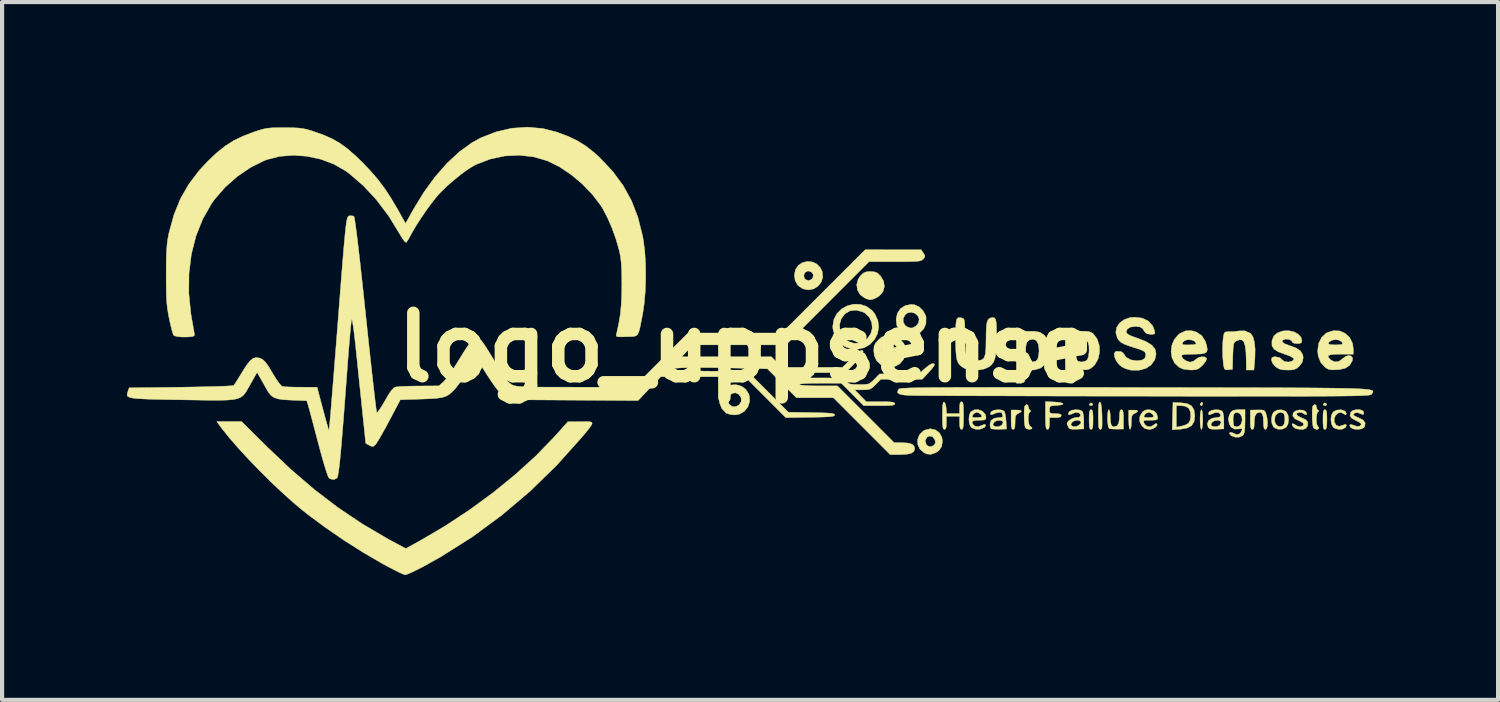
<source format=kicad_pcb>
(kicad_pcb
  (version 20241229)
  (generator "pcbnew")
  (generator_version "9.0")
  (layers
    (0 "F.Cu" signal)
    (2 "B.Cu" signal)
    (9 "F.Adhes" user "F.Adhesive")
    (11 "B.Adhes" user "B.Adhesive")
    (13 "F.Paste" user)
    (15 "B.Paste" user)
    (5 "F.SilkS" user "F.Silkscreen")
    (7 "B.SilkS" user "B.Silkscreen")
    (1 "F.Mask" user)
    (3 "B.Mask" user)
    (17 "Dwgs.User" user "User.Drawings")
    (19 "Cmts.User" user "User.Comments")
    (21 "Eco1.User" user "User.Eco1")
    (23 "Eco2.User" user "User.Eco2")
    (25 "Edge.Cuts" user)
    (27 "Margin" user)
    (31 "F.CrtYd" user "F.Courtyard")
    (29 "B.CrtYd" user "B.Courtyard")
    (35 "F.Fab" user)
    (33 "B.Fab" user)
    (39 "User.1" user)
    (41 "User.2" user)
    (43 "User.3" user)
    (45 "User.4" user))
  (footprint "logo_uppsense"
    (layer "F.Cu")
    (at 14.864 5.301)
    (property "Reference" "logo_uppsense" (at 0 0 0) (layer "F.SilkS") (effects (font (size 1.524 1.524) (thickness 0.3))))
    (attr through_hole)
    (fp_poly (pts (xy 8.34 1.353) (xy 8.344 1.363) (xy 8.329 1.392) (xy 8.303 1.397) (xy 8.263 1.381) (xy 8.261 1.363) (xy 8.294 1.33) (xy 8.303 1.329) (xy 8.34 1.353)) (stroke (width 0.01) (type solid)) (fill yes) (layer "F.SilkS"))
    (fp_poly (pts (xy 10.981 1.325) (xy 10.986 1.348) (xy 10.969 1.391) (xy 10.954 1.397) (xy 10.923 1.374) (xy 10.922 1.367) (xy 10.945 1.324) (xy 10.954 1.318) (xy 10.981 1.325)) (stroke (width 0.01) (type solid)) (fill yes) (layer "F.SilkS"))
    (fp_poly (pts (xy 13.96 1.353) (xy 13.964 1.363) (xy 13.949 1.392) (xy 13.922 1.397) (xy 13.883 1.381) (xy 13.881 1.363) (xy 13.914 1.33) (xy 13.922 1.329) (xy 13.96 1.353)) (stroke (width 0.01) (type solid)) (fill yes) (layer "F.SilkS"))
    (fp_poly (pts (xy 8.328 1.505) (xy 8.342 1.55) (xy 8.349 1.639) (xy 8.35 1.73) (xy 8.348 1.856) (xy 8.339 1.93) (xy 8.321 1.963) (xy 8.303 1.968) (xy 8.278 1.956) (xy 8.263 1.911) (xy 8.256 1.822) (xy 8.255 1.73) (xy 8.257 1.605) (xy 8.267 1.531) (xy 8.284 1.498) (xy 8.303 1.492) (xy 8.328 1.505)) (stroke (width 0.01) (type solid)) (fill yes) (layer "F.SilkS"))
    (fp_poly (pts (xy 10.97 1.522) (xy 10.981 1.602) (xy 10.985 1.719) (xy 10.986 1.73) (xy 10.982 1.85) (xy 10.971 1.934) (xy 10.955 1.968) (xy 10.954 1.968) (xy 10.938 1.939) (xy 10.927 1.859) (xy 10.922 1.742) (xy 10.922 1.73) (xy 10.926 1.61) (xy 10.937 1.527) (xy 10.952 1.492) (xy 10.954 1.492) (xy 10.97 1.522)) (stroke (width 0.01) (type solid)) (fill yes) (layer "F.SilkS"))
    (fp_poly (pts (xy 13.947 1.505) (xy 13.962 1.55) (xy 13.969 1.639) (xy 13.97 1.73) (xy 13.968 1.856) (xy 13.958 1.93) (xy 13.941 1.963) (xy 13.922 1.968) (xy 13.897 1.956) (xy 13.883 1.911) (xy 13.876 1.822) (xy 13.875 1.73) (xy 13.877 1.605) (xy 13.886 1.531) (xy 13.904 1.498) (xy 13.922 1.492) (xy 13.947 1.505)) (stroke (width 0.01) (type solid)) (fill yes) (layer "F.SilkS"))
    (fp_poly (pts (xy 6.601 1.508) (xy 6.632 1.527) (xy 6.6 1.559) (xy 6.556 1.582) (xy 6.51 1.61) (xy 6.486 1.653) (xy 6.478 1.73) (xy 6.477 1.793) (xy 6.473 1.899) (xy 6.458 1.953) (xy 6.429 1.968) (xy 6.404 1.956) (xy 6.389 1.91) (xy 6.383 1.82) (xy 6.382 1.735) (xy 6.382 1.501) (xy 6.509 1.501) (xy 6.601 1.508)) (stroke (width 0.01) (type solid)) (fill yes) (layer "F.SilkS"))
    (fp_poly (pts (xy 9.402 1.507) (xy 9.426 1.528) (xy 9.388 1.563) (xy 9.35 1.582) (xy 9.304 1.61) (xy 9.28 1.653) (xy 9.272 1.73) (xy 9.271 1.793) (xy 9.266 1.889) (xy 9.252 1.953) (xy 9.239 1.968) (xy 9.223 1.939) (xy 9.212 1.86) (xy 9.208 1.743) (xy 9.207 1.737) (xy 9.207 1.505) (xy 9.319 1.502) (xy 9.402 1.507)) (stroke (width 0.01) (type solid)) (fill yes) (layer "F.SilkS"))
    (fp_poly (pts (xy 8.517 1.31) (xy 8.538 1.343) (xy 8.553 1.431) (xy 8.563 1.577) (xy 8.566 1.646) (xy 8.568 1.794) (xy 8.566 1.89) (xy 8.557 1.943) (xy 8.54 1.966) (xy 8.526 1.968) (xy 8.504 1.959) (xy 8.489 1.924) (xy 8.481 1.852) (xy 8.478 1.734) (xy 8.477 1.632) (xy 8.479 1.476) (xy 8.485 1.375) (xy 8.497 1.322) (xy 8.515 1.309) (xy 8.517 1.31)) (stroke (width 0.01) (type solid)) (fill yes) (layer "F.SilkS"))
    (fp_poly (pts (xy 3.102 -1.818) (xy 3.172 -1.788) (xy 3.241 -1.722) (xy 3.317 -1.597) (xy 3.336 -1.466) (xy 3.301 -1.342) (xy 3.214 -1.24) (xy 3.124 -1.187) (xy 3.042 -1.155) (xy 2.985 -1.148) (xy 2.922 -1.166) (xy 2.867 -1.189) (xy 2.757 -1.268) (xy 2.691 -1.38) (xy 2.672 -1.508) (xy 2.704 -1.637) (xy 2.76 -1.722) (xy 2.83 -1.789) (xy 2.9 -1.819) (xy 3 -1.826) (xy 3.102 -1.818)) (stroke (width 0.01) (type solid)) (fill yes) (layer "F.SilkS"))
    (fp_poly (pts (xy 6.787 1.387) (xy 6.795 1.426) (xy 6.813 1.486) (xy 6.834 1.505) (xy 6.858 1.526) (xy 6.834 1.543) (xy 6.807 1.585) (xy 6.794 1.665) (xy 6.795 1.759) (xy 6.81 1.842) (xy 6.837 1.891) (xy 6.842 1.894) (xy 6.887 1.926) (xy 6.874 1.956) (xy 6.813 1.968) (xy 6.743 1.947) (xy 6.718 1.913) (xy 6.705 1.841) (xy 6.697 1.736) (xy 6.694 1.619) (xy 6.696 1.51) (xy 6.703 1.43) (xy 6.711 1.404) (xy 6.754 1.367) (xy 6.787 1.387)) (stroke (width 0.01) (type solid)) (fill yes) (layer "F.SilkS"))
    (fp_poly (pts (xy 13.709 1.387) (xy 13.716 1.426) (xy 13.734 1.486) (xy 13.756 1.505) (xy 13.779 1.526) (xy 13.756 1.543) (xy 13.732 1.583) (xy 13.719 1.662) (xy 13.716 1.755) (xy 13.725 1.838) (xy 13.745 1.887) (xy 13.748 1.889) (xy 13.779 1.93) (xy 13.755 1.962) (xy 13.718 1.968) (xy 13.659 1.943) (xy 13.64 1.913) (xy 13.627 1.841) (xy 13.619 1.736) (xy 13.616 1.619) (xy 13.617 1.51) (xy 13.625 1.43) (xy 13.632 1.404) (xy 13.675 1.367) (xy 13.709 1.387)) (stroke (width 0.01) (type solid)) (fill yes) (layer "F.SilkS"))
    (fp_poly (pts (xy 14.385 1.517) (xy 14.415 1.541) (xy 14.438 1.591) (xy 14.422 1.616) (xy 14.381 1.598) (xy 14.376 1.593) (xy 14.307 1.559) (xy 14.236 1.574) (xy 14.177 1.628) (xy 14.144 1.707) (xy 14.146 1.789) (xy 14.192 1.867) (xy 14.266 1.894) (xy 14.348 1.868) (xy 14.41 1.845) (xy 14.439 1.863) (xy 14.422 1.911) (xy 14.415 1.92) (xy 14.347 1.959) (xy 14.253 1.966) (xy 14.162 1.942) (xy 14.118 1.91) (xy 14.077 1.828) (xy 14.065 1.721) (xy 14.082 1.617) (xy 14.123 1.545) (xy 14.203 1.504) (xy 14.3 1.495) (xy 14.385 1.517)) (stroke (width 0.01) (type solid)) (fill yes) (layer "F.SilkS"))
    (fp_poly (pts (xy 12.456 1.51) (xy 12.486 1.542) (xy 12.507 1.593) (xy 12.532 1.698) (xy 12.542 1.805) (xy 12.536 1.897) (xy 12.515 1.956) (xy 12.494 1.968) (xy 12.463 1.951) (xy 12.449 1.892) (xy 12.446 1.812) (xy 12.44 1.678) (xy 12.42 1.597) (xy 12.382 1.56) (xy 12.354 1.556) (xy 12.283 1.577) (xy 12.241 1.645) (xy 12.224 1.765) (xy 12.224 1.8) (xy 12.219 1.903) (xy 12.203 1.955) (xy 12.176 1.968) (xy 12.151 1.956) (xy 12.136 1.91) (xy 12.129 1.82) (xy 12.129 1.736) (xy 12.129 1.503) (xy 12.3 1.499) (xy 12.4 1.499) (xy 12.456 1.51)) (stroke (width 0.01) (type solid)) (fill yes) (layer "F.SilkS"))
    (fp_poly (pts (xy 9.058 1.505) (xy 9.073 1.551) (xy 9.08 1.641) (xy 9.081 1.725) (xy 9.081 1.958) (xy 8.93 1.96) (xy 8.832 1.958) (xy 8.758 1.951) (xy 8.739 1.946) (xy 8.72 1.911) (xy 8.706 1.834) (xy 8.699 1.735) (xy 8.7 1.634) (xy 8.707 1.548) (xy 8.722 1.498) (xy 8.731 1.492) (xy 8.749 1.521) (xy 8.761 1.594) (xy 8.763 1.648) (xy 8.769 1.783) (xy 8.789 1.864) (xy 8.827 1.901) (xy 8.855 1.905) (xy 8.926 1.884) (xy 8.968 1.816) (xy 8.985 1.696) (xy 8.985 1.661) (xy 8.99 1.557) (xy 9.006 1.505) (xy 9.033 1.492) (xy 9.058 1.505)) (stroke (width 0.01) (type solid)) (fill yes) (layer "F.SilkS"))
    (fp_poly (pts (xy 10.462 1.327) (xy 10.616 1.349) (xy 10.718 1.404) (xy 10.776 1.497) (xy 10.795 1.635) (xy 10.795 1.647) (xy 10.777 1.781) (xy 10.72 1.874) (xy 10.617 1.932) (xy 10.462 1.961) (xy 10.444 1.962) (xy 10.253 1.976) (xy 10.262 1.647) (xy 10.269 1.397) (xy 10.351 1.397) (xy 10.351 1.912) (xy 10.47 1.89) (xy 10.564 1.862) (xy 10.638 1.823) (xy 10.644 1.818) (xy 10.685 1.745) (xy 10.7 1.642) (xy 10.687 1.536) (xy 10.648 1.455) (xy 10.647 1.455) (xy 10.565 1.409) (xy 10.473 1.397) (xy 10.351 1.397) (xy 10.269 1.397) (xy 10.271 1.318) (xy 10.462 1.327)) (stroke (width 0.01) (type solid)) (fill yes) (layer "F.SilkS"))
    (fp_poly (pts (xy 1.599 -2.058) (xy 1.709 -2.009) (xy 1.798 -1.917) (xy 1.841 -1.828) (xy 1.856 -1.694) (xy 1.819 -1.573) (xy 1.741 -1.474) (xy 1.633 -1.408) (xy 1.506 -1.385) (xy 1.377 -1.412) (xy 1.26 -1.491) (xy 1.193 -1.607) (xy 1.175 -1.736) (xy 1.399 -1.736) (xy 1.414 -1.666) (xy 1.445 -1.631) (xy 1.521 -1.607) (xy 1.59 -1.642) (xy 1.619 -1.682) (xy 1.628 -1.753) (xy 1.59 -1.811) (xy 1.518 -1.838) (xy 1.49 -1.837) (xy 1.426 -1.802) (xy 1.399 -1.736) (xy 1.175 -1.736) (xy 1.175 -1.74) (xy 1.2 -1.873) (xy 1.268 -1.974) (xy 1.365 -2.039) (xy 1.48 -2.068) (xy 1.599 -2.058)) (stroke (width 0.01) (type solid)) (fill yes) (layer "F.SilkS"))
    (fp_poly (pts (xy 4.557 1.976) (xy 4.655 2.045) (xy 4.716 2.152) (xy 4.731 2.248) (xy 4.711 2.38) (xy 4.646 2.475) (xy 4.573 2.524) (xy 4.457 2.566) (xy 4.354 2.557) (xy 4.29 2.527) (xy 4.19 2.441) (xy 4.139 2.33) (xy 4.136 2.255) (xy 4.318 2.255) (xy 4.343 2.334) (xy 4.403 2.378) (xy 4.478 2.377) (xy 4.541 2.333) (xy 4.565 2.277) (xy 4.546 2.206) (xy 4.491 2.141) (xy 4.421 2.126) (xy 4.358 2.155) (xy 4.321 2.223) (xy 4.318 2.255) (xy 4.136 2.255) (xy 4.135 2.21) (xy 4.179 2.096) (xy 4.269 2.006) (xy 4.308 1.984) (xy 4.437 1.952) (xy 4.557 1.976)) (stroke (width 0.01) (type solid)) (fill yes) (layer "F.SilkS"))
    (fp_poly (pts (xy 7.422 1.308) (xy 7.545 1.319) (xy 7.615 1.337) (xy 7.63 1.358) (xy 7.587 1.377) (xy 7.484 1.39) (xy 7.469 1.391) (xy 7.372 1.398) (xy 7.323 1.414) (xy 7.305 1.446) (xy 7.303 1.494) (xy 7.307 1.551) (xy 7.331 1.579) (xy 7.393 1.587) (xy 7.445 1.587) (xy 7.54 1.594) (xy 7.582 1.615) (xy 7.588 1.635) (xy 7.57 1.667) (xy 7.506 1.681) (xy 7.445 1.683) (xy 7.303 1.683) (xy 7.303 1.826) (xy 7.296 1.92) (xy 7.275 1.963) (xy 7.255 1.968) (xy 7.233 1.958) (xy 7.219 1.921) (xy 7.211 1.846) (xy 7.208 1.723) (xy 7.207 1.634) (xy 7.207 1.299) (xy 7.422 1.308)) (stroke (width 0.01) (type solid)) (fill yes) (layer "F.SilkS"))
    (fp_poly (pts (xy 12.975 1.531) (xy 12.997 1.55) (xy 13.037 1.633) (xy 13.049 1.74) (xy 13.033 1.844) (xy 12.991 1.916) (xy 12.904 1.959) (xy 12.801 1.964) (xy 12.711 1.93) (xy 12.689 1.91) (xy 12.649 1.828) (xy 12.641 1.758) (xy 12.712 1.758) (xy 12.739 1.841) (xy 12.795 1.892) (xy 12.871 1.897) (xy 12.917 1.877) (xy 12.945 1.828) (xy 12.959 1.746) (xy 12.956 1.658) (xy 12.937 1.591) (xy 12.929 1.582) (xy 12.865 1.556) (xy 12.793 1.575) (xy 12.736 1.63) (xy 12.725 1.654) (xy 12.712 1.758) (xy 12.641 1.758) (xy 12.637 1.721) (xy 12.653 1.617) (xy 12.695 1.545) (xy 12.782 1.501) (xy 12.885 1.497) (xy 12.975 1.531)) (stroke (width 0.01) (type solid)) (fill yes) (layer "F.SilkS"))
    (fp_poly (pts (xy -0.103 0.927) (xy 0.004 1.001) (xy 0.077 1.115) (xy 0.09 1.154) (xy 0.099 1.298) (xy 0.055 1.429) (xy -0.032 1.535) (xy -0.153 1.602) (xy -0.263 1.619) (xy -0.367 1.608) (xy -0.454 1.579) (xy -0.469 1.57) (xy -0.571 1.463) (xy -0.623 1.329) (xy -0.623 1.306) (xy -0.418 1.306) (xy -0.392 1.363) (xy -0.32 1.419) (xy -0.231 1.42) (xy -0.153 1.376) (xy -0.102 1.293) (xy -0.108 1.201) (xy -0.16 1.126) (xy -0.238 1.088) (xy -0.316 1.099) (xy -0.38 1.147) (xy -0.418 1.221) (xy -0.418 1.306) (xy -0.623 1.306) (xy -0.622 1.184) (xy -0.571 1.055) (xy -0.478 0.954) (xy -0.359 0.901) (xy -0.229 0.892) (xy -0.103 0.927)) (stroke (width 0.01) (type solid)) (fill yes) (layer "F.SilkS"))
    (fp_poly (pts (xy 4.065 -1.027) (xy 4.172 -0.977) (xy 4.266 -0.885) (xy 4.327 -0.77) (xy 4.338 -0.726) (xy 4.335 -0.578) (xy 4.283 -0.453) (xy 4.192 -0.358) (xy 4.074 -0.303) (xy 3.941 -0.293) (xy 3.804 -0.338) (xy 3.788 -0.348) (xy 3.691 -0.425) (xy 3.638 -0.519) (xy 3.62 -0.65) (xy 3.619 -0.676) (xy 3.625 -0.704) (xy 3.788 -0.704) (xy 3.789 -0.608) (xy 3.841 -0.524) (xy 3.937 -0.469) (xy 4.02 -0.473) (xy 4.103 -0.522) (xy 4.158 -0.597) (xy 4.171 -0.688) (xy 4.137 -0.766) (xy 4.069 -0.823) (xy 3.983 -0.848) (xy 3.894 -0.832) (xy 3.844 -0.796) (xy 3.788 -0.704) (xy 3.625 -0.704) (xy 3.647 -0.821) (xy 3.724 -0.935) (xy 3.838 -1.009) (xy 3.98 -1.036) (xy 4.065 -1.027)) (stroke (width 0.01) (type solid)) (fill yes) (layer "F.SilkS"))
    (fp_poly (pts (xy 5.213 1.312) (xy 5.227 1.349) (xy 5.235 1.424) (xy 5.238 1.547) (xy 5.239 1.635) (xy 5.237 1.787) (xy 5.232 1.886) (xy 5.221 1.942) (xy 5.204 1.966) (xy 5.191 1.968) (xy 5.161 1.952) (xy 5.147 1.893) (xy 5.144 1.81) (xy 5.144 1.651) (xy 4.826 1.651) (xy 4.826 1.81) (xy 4.821 1.91) (xy 4.803 1.958) (xy 4.778 1.968) (xy 4.757 1.958) (xy 4.743 1.921) (xy 4.735 1.846) (xy 4.731 1.724) (xy 4.731 1.632) (xy 4.733 1.476) (xy 4.739 1.375) (xy 4.751 1.322) (xy 4.769 1.309) (xy 4.77 1.31) (xy 4.797 1.346) (xy 4.816 1.423) (xy 4.82 1.455) (xy 4.83 1.587) (xy 5.144 1.587) (xy 5.144 1.445) (xy 5.15 1.35) (xy 5.171 1.308) (xy 5.191 1.302) (xy 5.213 1.312)) (stroke (width 0.01) (type solid)) (fill yes) (layer "F.SilkS"))
    (fp_poly (pts (xy 13.402 1.506) (xy 13.461 1.539) (xy 13.485 1.59) (xy 13.471 1.616) (xy 13.43 1.6) (xy 13.423 1.593) (xy 13.366 1.563) (xy 13.3 1.558) (xy 13.251 1.577) (xy 13.24 1.601) (xy 13.267 1.64) (xy 13.334 1.677) (xy 13.348 1.682) (xy 13.459 1.732) (xy 13.511 1.793) (xy 13.507 1.87) (xy 13.499 1.89) (xy 13.461 1.944) (xy 13.399 1.966) (xy 13.341 1.968) (xy 13.225 1.95) (xy 13.165 1.91) (xy 13.131 1.854) (xy 13.144 1.827) (xy 13.191 1.844) (xy 13.211 1.86) (xy 13.275 1.893) (xy 13.346 1.898) (xy 13.4 1.876) (xy 13.414 1.844) (xy 13.387 1.806) (xy 13.32 1.768) (xy 13.305 1.763) (xy 13.2 1.71) (xy 13.15 1.645) (xy 13.159 1.572) (xy 13.164 1.564) (xy 13.224 1.519) (xy 13.313 1.498) (xy 13.402 1.506)) (stroke (width 0.01) (type solid)) (fill yes) (layer "F.SilkS"))
    (fp_poly (pts (xy 14.761 1.493) (xy 14.828 1.517) (xy 14.848 1.541) (xy 14.855 1.597) (xy 14.82 1.607) (xy 14.771 1.585) (xy 14.703 1.563) (xy 14.64 1.572) (xy 14.606 1.607) (xy 14.605 1.616) (xy 14.632 1.643) (xy 14.701 1.676) (xy 14.74 1.691) (xy 14.841 1.744) (xy 14.889 1.813) (xy 14.879 1.891) (xy 14.858 1.923) (xy 14.796 1.956) (xy 14.703 1.967) (xy 14.61 1.956) (xy 14.544 1.924) (xy 14.541 1.92) (xy 14.515 1.869) (xy 14.538 1.848) (xy 14.6 1.863) (xy 14.619 1.872) (xy 14.698 1.896) (xy 14.764 1.886) (xy 14.795 1.847) (xy 14.796 1.84) (xy 14.769 1.808) (xy 14.701 1.769) (xy 14.67 1.755) (xy 14.568 1.701) (xy 14.524 1.64) (xy 14.537 1.566) (xy 14.543 1.553) (xy 14.594 1.512) (xy 14.675 1.492) (xy 14.761 1.493)) (stroke (width 0.01) (type solid)) (fill yes) (layer "F.SilkS"))
    (fp_poly (pts (xy 12.125 -0.346) (xy 12.14 -0.335) (xy 12.192 -0.259) (xy 12.227 -0.131) (xy 12.244 0.039) (xy 12.24 0.244) (xy 12.237 0.278) (xy 12.216 0.54) (xy 12.033 0.54) (xy 12.031 0.325) (xy 12.024 0.116) (xy 12.006 -0.035) (xy 11.976 -0.133) (xy 11.93 -0.182) (xy 11.867 -0.187) (xy 11.792 -0.157) (xy 11.758 -0.135) (xy 11.736 -0.102) (xy 11.722 -0.046) (xy 11.715 0.046) (xy 11.709 0.187) (xy 11.709 0.203) (xy 11.7 0.524) (xy 11.601 0.533) (xy 11.541 0.535) (xy 11.509 0.515) (xy 11.492 0.458) (xy 11.482 0.394) (xy 11.467 0.228) (xy 11.463 0.041) (xy 11.469 -0.138) (xy 11.482 -0.263) (xy 11.499 -0.339) (xy 11.528 -0.373) (xy 11.592 -0.381) (xy 11.633 -0.381) (xy 11.741 -0.384) (xy 11.837 -0.396) (xy 11.85 -0.399) (xy 11.993 -0.402) (xy 12.125 -0.346)) (stroke (width 0.01) (type solid)) (fill yes) (layer "F.SilkS"))
    (fp_poly (pts (xy 11.39 1.501) (xy 11.455 1.53) (xy 11.455 1.53) (xy 11.476 1.582) (xy 11.49 1.675) (xy 11.493 1.762) (xy 11.493 1.955) (xy 11.32 1.962) (xy 11.215 1.962) (xy 11.154 1.949) (xy 11.119 1.917) (xy 11.114 1.908) (xy 11.103 1.855) (xy 11.184 1.855) (xy 11.191 1.872) (xy 11.24 1.9) (xy 11.314 1.901) (xy 11.381 1.876) (xy 11.392 1.867) (xy 11.429 1.805) (xy 11.408 1.761) (xy 11.339 1.746) (xy 11.258 1.763) (xy 11.201 1.804) (xy 11.184 1.855) (xy 11.103 1.855) (xy 11.097 1.822) (xy 11.133 1.748) (xy 11.213 1.698) (xy 11.311 1.683) (xy 11.391 1.671) (xy 11.416 1.634) (xy 11.409 1.6) (xy 11.364 1.562) (xy 11.289 1.561) (xy 11.209 1.594) (xy 11.148 1.616) (xy 11.12 1.597) (xy 11.138 1.547) (xy 11.144 1.541) (xy 11.205 1.507) (xy 11.297 1.493) (xy 11.39 1.501)) (stroke (width 0.01) (type solid)) (fill yes) (layer "F.SilkS"))
    (fp_poly (pts (xy 7.072 -0.368) (xy 7.185 -0.293) (xy 7.261 -0.169) (xy 7.299 -0.000099) (xy 7.303 0.08) (xy 7.278 0.256) (xy 7.207 0.395) (xy 7.095 0.49) (xy 6.947 0.536) (xy 6.885 0.54) (xy 6.731 0.54) (xy 6.731 0.648) (xy 6.723 0.764) (xy 6.693 0.829) (xy 6.634 0.855) (xy 6.601 0.857) (xy 6.509 0.857) (xy 6.509 0.082) (xy 6.731 0.082) (xy 6.735 0.201) (xy 6.75 0.272) (xy 6.779 0.31) (xy 6.787 0.315) (xy 6.883 0.346) (xy 6.968 0.332) (xy 7.017 0.284) (xy 7.038 0.215) (xy 7.051 0.113) (xy 7.053 0.055) (xy 7.037 -0.079) (xy 6.989 -0.167) (xy 6.916 -0.203) (xy 6.824 -0.184) (xy 6.771 -0.15) (xy 6.747 -0.099) (xy 6.733 0.003) (xy 6.731 0.082) (xy 6.509 0.082) (xy 6.509 -0.382) (xy 6.644 -0.385) (xy 6.766 -0.388) (xy 6.899 -0.391) (xy 6.927 -0.392) (xy 7.072 -0.368)) (stroke (width 0.01) (type solid)) (fill yes) (layer "F.SilkS"))
    (fp_poly (pts (xy 2.754 -1.038) (xy 2.904 -0.99) (xy 3.038 -0.894) (xy 3.103 -0.816) (xy 3.179 -0.655) (xy 3.2 -0.491) (xy 3.171 -0.334) (xy 3.098 -0.192) (xy 2.989 -0.076) (xy 2.849 0.005) (xy 2.685 0.042) (xy 2.537 0.033) (xy 2.379 -0.027) (xy 2.246 -0.136) (xy 2.149 -0.28) (xy 2.1 -0.446) (xy 2.096 -0.506) (xy 2.104 -0.554) (xy 2.259 -0.554) (xy 2.271 -0.41) (xy 2.328 -0.278) (xy 2.426 -0.176) (xy 2.485 -0.142) (xy 2.599 -0.104) (xy 2.697 -0.104) (xy 2.81 -0.141) (xy 2.932 -0.222) (xy 3.01 -0.334) (xy 3.044 -0.465) (xy 3.033 -0.599) (xy 2.978 -0.723) (xy 2.879 -0.823) (xy 2.815 -0.858) (xy 2.657 -0.899) (xy 2.512 -0.883) (xy 2.388 -0.811) (xy 2.3 -0.694) (xy 2.259 -0.554) (xy 2.104 -0.554) (xy 2.123 -0.675) (xy 2.197 -0.817) (xy 2.308 -0.927) (xy 2.445 -1.003) (xy 2.597 -1.041) (xy 2.754 -1.038)) (stroke (width 0.01) (type solid)) (fill yes) (layer "F.SilkS"))
    (fp_poly (pts (xy 5.689 1.529) (xy 5.755 1.596) (xy 5.779 1.677) (xy 5.771 1.719) (xy 5.739 1.739) (xy 5.665 1.746) (xy 5.625 1.746) (xy 5.514 1.751) (xy 5.457 1.768) (xy 5.446 1.803) (xy 5.463 1.846) (xy 5.522 1.896) (xy 5.607 1.898) (xy 5.682 1.867) (xy 5.743 1.845) (xy 5.772 1.862) (xy 5.756 1.903) (xy 5.733 1.923) (xy 5.64 1.961) (xy 5.533 1.964) (xy 5.442 1.931) (xy 5.418 1.91) (xy 5.38 1.832) (xy 5.367 1.726) (xy 5.373 1.66) (xy 5.445 1.66) (xy 5.464 1.678) (xy 5.531 1.683) (xy 5.555 1.683) (xy 5.635 1.677) (xy 5.68 1.663) (xy 5.683 1.657) (xy 5.657 1.606) (xy 5.596 1.565) (xy 5.551 1.556) (xy 5.493 1.581) (xy 5.461 1.619) (xy 5.445 1.66) (xy 5.373 1.66) (xy 5.377 1.621) (xy 5.413 1.545) (xy 5.416 1.542) (xy 5.5 1.495) (xy 5.597 1.493) (xy 5.689 1.529)) (stroke (width 0.01) (type solid)) (fill yes) (layer "F.SilkS"))
    (fp_poly (pts (xy 6.146 1.5) (xy 6.211 1.526) (xy 6.216 1.532) (xy 6.235 1.583) (xy 6.252 1.676) (xy 6.26 1.765) (xy 6.271 1.958) (xy 6.093 1.963) (xy 5.992 1.962) (xy 5.918 1.955) (xy 5.894 1.947) (xy 5.879 1.903) (xy 5.875 1.855) (xy 5.945 1.855) (xy 5.952 1.872) (xy 6.001 1.9) (xy 6.076 1.901) (xy 6.143 1.876) (xy 6.153 1.867) (xy 6.19 1.805) (xy 6.169 1.761) (xy 6.1 1.746) (xy 6.019 1.763) (xy 5.962 1.804) (xy 5.945 1.855) (xy 5.875 1.855) (xy 5.874 1.837) (xy 5.9 1.75) (xy 5.978 1.698) (xy 6.097 1.683) (xy 6.166 1.676) (xy 6.184 1.651) (xy 6.179 1.633) (xy 6.162 1.582) (xy 6.16 1.569) (xy 6.134 1.555) (xy 6.074 1.559) (xy 6.006 1.577) (xy 5.97 1.594) (xy 5.909 1.616) (xy 5.881 1.597) (xy 5.9 1.547) (xy 5.905 1.541) (xy 5.965 1.508) (xy 6.055 1.494) (xy 6.146 1.5)) (stroke (width 0.01) (type solid)) (fill yes) (layer "F.SilkS"))
    (fp_poly (pts (xy 8.025 1.501) (xy 8.09 1.53) (xy 8.09 1.53) (xy 8.111 1.582) (xy 8.124 1.675) (xy 8.128 1.762) (xy 8.128 1.955) (xy 7.953 1.962) (xy 7.847 1.963) (xy 7.788 1.951) (xy 7.76 1.921) (xy 7.757 1.913) (xy 7.734 1.855) (xy 7.819 1.855) (xy 7.826 1.872) (xy 7.878 1.903) (xy 7.961 1.891) (xy 8.003 1.872) (xy 8.059 1.822) (xy 8.057 1.776) (xy 8.001 1.748) (xy 7.973 1.746) (xy 7.892 1.763) (xy 7.835 1.804) (xy 7.819 1.855) (xy 7.734 1.855) (xy 7.734 1.854) (xy 7.725 1.835) (xy 7.734 1.793) (xy 7.783 1.744) (xy 7.853 1.703) (xy 7.925 1.683) (xy 7.932 1.683) (xy 8.018 1.673) (xy 8.05 1.642) (xy 8.043 1.6) (xy 7.999 1.562) (xy 7.924 1.561) (xy 7.843 1.594) (xy 7.782 1.616) (xy 7.754 1.597) (xy 7.773 1.547) (xy 7.778 1.541) (xy 7.839 1.507) (xy 7.932 1.493) (xy 8.025 1.501)) (stroke (width 0.01) (type solid)) (fill yes) (layer "F.SilkS"))
    (fp_poly (pts (xy 3.567 -0.28) (xy 3.641 -0.256) (xy 3.711 -0.2) (xy 3.734 -0.178) (xy 3.805 -0.095) (xy 3.836 -0.015) (xy 3.842 0.062) (xy 3.83 0.172) (xy 3.8 0.273) (xy 3.794 0.287) (xy 3.707 0.391) (xy 3.586 0.454) (xy 3.448 0.474) (xy 3.312 0.444) (xy 3.257 0.414) (xy 3.151 0.318) (xy 3.095 0.196) (xy 3.081 0.068) (xy 3.083 0.042) (xy 3.269 0.042) (xy 3.271 0.135) (xy 3.308 0.221) (xy 3.379 0.286) (xy 3.484 0.315) (xy 3.486 0.315) (xy 3.535 0.296) (xy 3.599 0.246) (xy 3.605 0.24) (xy 3.659 0.168) (xy 3.683 0.099) (xy 3.683 0.095) (xy 3.659 0.024) (xy 3.602 -0.051) (xy 3.531 -0.109) (xy 3.476 -0.127) (xy 3.371 -0.103) (xy 3.303 -0.042) (xy 3.269 0.042) (xy 3.083 0.042) (xy 3.089 -0.03) (xy 3.123 -0.105) (xy 3.188 -0.178) (xy 3.262 -0.244) (xy 3.332 -0.276) (xy 3.426 -0.285) (xy 3.461 -0.286) (xy 3.567 -0.28)) (stroke (width 0.01) (type solid)) (fill yes) (layer "F.SilkS"))
    (fp_poly (pts (xy 9.806 1.52) (xy 9.879 1.593) (xy 9.906 1.69) (xy 9.896 1.723) (xy 9.856 1.74) (xy 9.772 1.746) (xy 9.731 1.746) (xy 9.626 1.748) (xy 9.574 1.758) (xy 9.563 1.785) (xy 9.585 1.834) (xy 9.59 1.844) (xy 9.647 1.893) (xy 9.726 1.902) (xy 9.799 1.87) (xy 9.81 1.858) (xy 9.856 1.827) (xy 9.88 1.829) (xy 9.892 1.862) (xy 9.86 1.904) (xy 9.8 1.943) (xy 9.727 1.966) (xy 9.697 1.968) (xy 9.595 1.946) (xy 9.527 1.885) (xy 9.47 1.777) (xy 9.473 1.67) (xy 9.477 1.66) (xy 9.573 1.66) (xy 9.592 1.678) (xy 9.658 1.683) (xy 9.683 1.683) (xy 9.763 1.677) (xy 9.807 1.663) (xy 9.811 1.657) (xy 9.784 1.606) (xy 9.724 1.565) (xy 9.679 1.556) (xy 9.62 1.581) (xy 9.588 1.619) (xy 9.573 1.66) (xy 9.477 1.66) (xy 9.498 1.609) (xy 9.551 1.534) (xy 9.621 1.5) (xy 9.706 1.493) (xy 9.806 1.52)) (stroke (width 0.01) (type solid)) (fill yes) (layer "F.SilkS"))
    (fp_poly (pts (xy 12.002 1.776) (xy 11.998 1.926) (xy 11.988 2.026) (xy 11.968 2.087) (xy 11.952 2.109) (xy 11.87 2.151) (xy 11.767 2.154) (xy 11.672 2.118) (xy 11.666 2.114) (xy 11.627 2.068) (xy 11.639 2.039) (xy 11.688 2.042) (xy 11.717 2.057) (xy 11.809 2.093) (xy 11.878 2.07) (xy 11.905 2.034) (xy 11.934 1.969) (xy 11.921 1.946) (xy 11.861 1.955) (xy 11.747 1.96) (xy 11.665 1.909) (xy 11.622 1.829) (xy 11.605 1.724) (xy 11.716 1.724) (xy 11.72 1.813) (xy 11.731 1.874) (xy 11.737 1.884) (xy 11.797 1.906) (xy 11.866 1.884) (xy 11.907 1.84) (xy 11.934 1.746) (xy 11.923 1.658) (xy 11.881 1.59) (xy 11.818 1.558) (xy 11.768 1.566) (xy 11.731 1.604) (xy 11.717 1.688) (xy 11.716 1.724) (xy 11.605 1.724) (xy 11.603 1.714) (xy 11.622 1.632) (xy 11.661 1.553) (xy 11.716 1.51) (xy 11.805 1.494) (xy 11.867 1.493) (xy 12.002 1.492) (xy 12.002 1.776)) (stroke (width 0.01) (type solid)) (fill yes) (layer "F.SilkS"))
    (fp_poly (pts (xy 14.278 -0.398) (xy 14.411 -0.34) (xy 14.517 -0.239) (xy 14.585 -0.102) (xy 14.605 0.04) (xy 14.605 0.159) (xy 14.303 0.159) (xy 14.146 0.162) (xy 14.047 0.175) (xy 14.001 0.199) (xy 14.005 0.237) (xy 14.054 0.291) (xy 14.06 0.297) (xy 14.154 0.344) (xy 14.255 0.335) (xy 14.345 0.27) (xy 14.42 0.211) (xy 14.495 0.19) (xy 14.556 0.206) (xy 14.587 0.254) (xy 14.578 0.32) (xy 14.516 0.425) (xy 14.421 0.492) (xy 14.281 0.527) (xy 14.214 0.533) (xy 14.096 0.537) (xy 14.017 0.526) (xy 13.955 0.495) (xy 13.93 0.477) (xy 13.818 0.353) (xy 13.759 0.198) (xy 13.748 0.073) (xy 13.771 -0.089) (xy 14.002 -0.089) (xy 14.03 -0.075) (xy 14.105 -0.066) (xy 14.176 -0.064) (xy 14.272 -0.068) (xy 14.335 -0.078) (xy 14.351 -0.089) (xy 14.323 -0.143) (xy 14.25 -0.18) (xy 14.176 -0.191) (xy 14.083 -0.174) (xy 14.019 -0.132) (xy 14.002 -0.089) (xy 13.771 -0.089) (xy 13.772 -0.1) (xy 13.842 -0.243) (xy 13.95 -0.345) (xy 13.973 -0.357) (xy 14.128 -0.406) (xy 14.278 -0.398)) (stroke (width 0.01) (type solid)) (fill yes) (layer "F.SilkS"))
    (fp_poly (pts (xy 8.256 -0.382) (xy 8.341 -0.342) (xy 8.352 -0.333) (xy 8.447 -0.209) (xy 8.498 -0.056) (xy 8.507 0.109) (xy 8.473 0.269) (xy 8.397 0.407) (xy 8.33 0.474) (xy 8.261 0.518) (xy 8.185 0.535) (xy 8.074 0.532) (xy 8.072 0.532) (xy 7.906 0.519) (xy 7.906 0.688) (xy 7.904 0.786) (xy 7.893 0.836) (xy 7.864 0.855) (xy 7.816 0.857) (xy 7.743 0.85) (xy 7.705 0.836) (xy 7.698 0.799) (xy 7.692 0.709) (xy 7.688 0.576) (xy 7.685 0.41) (xy 7.684 0.221) (xy 7.684 -0.04) (xy 7.914 -0.04) (xy 7.917 0.048) (xy 7.923 0.11) (xy 7.94 0.216) (xy 7.963 0.294) (xy 7.981 0.325) (xy 8.067 0.348) (xy 8.16 0.33) (xy 8.205 0.299) (xy 8.24 0.229) (xy 8.254 0.106) (xy 8.255 0.063) (xy 8.251 -0.049) (xy 8.235 -0.118) (xy 8.201 -0.161) (xy 8.188 -0.17) (xy 8.106 -0.201) (xy 8.02 -0.176) (xy 7.959 -0.131) (xy 7.927 -0.093) (xy 7.914 -0.04) (xy 7.684 -0.04) (xy 7.684 -0.382) (xy 7.834 -0.385) (xy 7.967 -0.388) (xy 8.106 -0.391) (xy 8.133 -0.392) (xy 8.256 -0.382)) (stroke (width 0.01) (type solid)) (fill yes) (layer "F.SilkS"))
    (fp_poly (pts (xy -11.476 2.406) (xy -10.912 2.94) (xy -10.352 3.419) (xy -9.785 3.851) (xy -9.203 4.241) (xy -8.597 4.597) (xy -8.466 4.668) (xy -8.163 4.83) (xy -7.811 4.636) (xy -7.211 4.283) (xy -6.623 3.895) (xy -6.059 3.481) (xy -5.527 3.047) (xy -5.038 2.603) (xy -4.602 2.154) (xy -4.559 2.107) (xy -4.27 1.784) (xy -3.96 1.781) (xy -3.829 1.78) (xy -3.74 1.783) (xy -3.693 1.797) (xy -3.686 1.832) (xy -3.72 1.892) (xy -3.794 1.987) (xy -3.907 2.123) (xy -3.937 2.159) (xy -4.537 2.828) (xy -5.177 3.452) (xy -5.856 4.027) (xy -6.569 4.552) (xy -7.314 5.023) (xy -7.75 5.266) (xy -7.893 5.339) (xy -8.019 5.4) (xy -8.117 5.442) (xy -8.174 5.461) (xy -8.179 5.461) (xy -8.225 5.446) (xy -8.317 5.405) (xy -8.443 5.342) (xy -8.594 5.264) (xy -8.731 5.189) (xy -9.184 4.925) (xy -9.647 4.632) (xy -10.098 4.322) (xy -10.517 4.011) (xy -10.636 3.917) (xy -10.879 3.713) (xy -11.14 3.478) (xy -11.411 3.222) (xy -11.682 2.953) (xy -11.944 2.682) (xy -12.187 2.417) (xy -12.403 2.169) (xy -12.582 1.946) (xy -12.642 1.865) (xy -12.704 1.778) (xy -12.109 1.778) (xy -11.476 2.406)) (stroke (width 0.01) (type solid)) (fill yes) (layer "F.SilkS"))
    (fp_poly (pts (xy 5.979 -0.714) (xy 6.006 -0.68) (xy 6.022 -0.611) (xy 6.029 -0.499) (xy 6.031 -0.334) (xy 6.031 -0.259) (xy 6.027 -0.037) (xy 6.015 0.13) (xy 5.994 0.255) (xy 5.96 0.346) (xy 5.911 0.414) (xy 5.845 0.467) (xy 5.734 0.515) (xy 5.589 0.539) (xy 5.437 0.54) (xy 5.302 0.516) (xy 5.235 0.486) (xy 5.168 0.438) (xy 5.119 0.383) (xy 5.085 0.31) (xy 5.064 0.209) (xy 5.053 0.07) (xy 5.049 -0.118) (xy 5.048 -0.216) (xy 5.049 -0.411) (xy 5.054 -0.55) (xy 5.065 -0.643) (xy 5.084 -0.696) (xy 5.115 -0.718) (xy 5.16 -0.718) (xy 5.204 -0.709) (xy 5.231 -0.698) (xy 5.25 -0.676) (xy 5.261 -0.632) (xy 5.268 -0.556) (xy 5.27 -0.437) (xy 5.271 -0.274) (xy 5.273 -0.07) (xy 5.281 0.079) (xy 5.299 0.183) (xy 5.33 0.249) (xy 5.379 0.287) (xy 5.448 0.305) (xy 5.514 0.311) (xy 5.615 0.311) (xy 5.687 0.291) (xy 5.734 0.243) (xy 5.762 0.158) (xy 5.775 0.027) (xy 5.778 -0.159) (xy 5.779 -0.162) (xy 5.781 -0.363) (xy 5.788 -0.508) (xy 5.803 -0.608) (xy 5.827 -0.67) (xy 5.861 -0.702) (xy 5.88 -0.709) (xy 5.938 -0.721) (xy 5.979 -0.714)) (stroke (width 0.01) (type solid)) (fill yes) (layer "F.SilkS"))
    (fp_poly (pts (xy 13.18 -0.376) (xy 13.283 -0.32) (xy 13.349 -0.242) (xy 13.367 -0.169) (xy 13.357 -0.119) (xy 13.317 -0.098) (xy 13.256 -0.095) (xy 13.182 -0.103) (xy 13.145 -0.122) (xy 13.145 -0.126) (xy 13.117 -0.169) (xy 13.052 -0.198) (xy 12.976 -0.204) (xy 12.959 -0.201) (xy 12.899 -0.172) (xy 12.898 -0.134) (xy 12.953 -0.092) (xy 13.061 -0.051) (xy 13.073 -0.047) (xy 13.234 0.013) (xy 13.338 0.086) (xy 13.39 0.177) (xy 13.399 0.246) (xy 13.376 0.353) (xy 13.306 0.447) (xy 13.244 0.5) (xy 13.182 0.528) (xy 13.094 0.539) (xy 13.022 0.54) (xy 12.903 0.535) (xy 12.821 0.514) (xy 12.752 0.472) (xy 12.734 0.458) (xy 12.663 0.376) (xy 12.636 0.299) (xy 12.646 0.246) (xy 12.688 0.225) (xy 12.74 0.222) (xy 12.84 0.245) (xy 12.883 0.286) (xy 12.949 0.336) (xy 13.046 0.348) (xy 13.126 0.33) (xy 13.175 0.295) (xy 13.164 0.254) (xy 13.094 0.21) (xy 12.966 0.162) (xy 12.954 0.159) (xy 12.797 0.101) (xy 12.698 0.037) (xy 12.65 -0.043) (xy 12.647 -0.143) (xy 12.655 -0.185) (xy 12.699 -0.284) (xy 12.782 -0.352) (xy 12.795 -0.359) (xy 12.922 -0.4) (xy 13.055 -0.404) (xy 13.18 -0.376)) (stroke (width 0.01) (type solid)) (fill yes) (layer "F.SilkS"))
    (fp_poly (pts (xy 10.841 -0.368) (xy 10.963 -0.285) (xy 11.047 -0.153) (xy 11.082 -0.041) (xy 11.095 0.044) (xy 11.083 0.101) (xy 11.036 0.136) (xy 10.947 0.153) (xy 10.805 0.159) (xy 10.759 0.159) (xy 10.62 0.161) (xy 10.533 0.168) (xy 10.489 0.182) (xy 10.477 0.205) (xy 10.505 0.261) (xy 10.572 0.313) (xy 10.655 0.345) (xy 10.691 0.349) (xy 10.767 0.326) (xy 10.818 0.286) (xy 10.879 0.243) (xy 10.957 0.222) (xy 11.029 0.225) (xy 11.074 0.251) (xy 11.081 0.273) (xy 11.06 0.324) (xy 11.006 0.396) (xy 10.973 0.432) (xy 10.9 0.497) (xy 10.832 0.529) (xy 10.741 0.539) (xy 10.695 0.54) (xy 10.521 0.519) (xy 10.42 0.475) (xy 10.312 0.376) (xy 10.247 0.244) (xy 10.225 0.094) (xy 10.245 -0.059) (xy 10.259 -0.091) (xy 10.494 -0.091) (xy 10.508 -0.072) (xy 10.562 -0.065) (xy 10.651 -0.064) (xy 10.747 -0.068) (xy 10.811 -0.078) (xy 10.827 -0.089) (xy 10.8 -0.144) (xy 10.734 -0.179) (xy 10.649 -0.19) (xy 10.568 -0.176) (xy 10.512 -0.132) (xy 10.509 -0.127) (xy 10.494 -0.091) (xy 10.259 -0.091) (xy 10.307 -0.201) (xy 10.411 -0.318) (xy 10.443 -0.341) (xy 10.579 -0.402) (xy 10.724 -0.404) (xy 10.841 -0.368)) (stroke (width 0.01) (type solid)) (fill yes) (layer "F.SilkS"))
    (fp_poly (pts (xy 9.536 -0.706) (xy 9.68 -0.636) (xy 9.782 -0.522) (xy 9.828 -0.405) (xy 9.837 -0.347) (xy 9.816 -0.323) (xy 9.748 -0.318) (xy 9.736 -0.318) (xy 9.646 -0.33) (xy 9.593 -0.375) (xy 9.585 -0.389) (xy 9.534 -0.463) (xy 9.469 -0.498) (xy 9.366 -0.508) (xy 9.364 -0.508) (xy 9.252 -0.492) (xy 9.176 -0.448) (xy 9.147 -0.384) (xy 9.148 -0.366) (xy 9.176 -0.327) (xy 9.249 -0.286) (xy 9.374 -0.239) (xy 9.421 -0.223) (xy 9.621 -0.145) (xy 9.76 -0.059) (xy 9.841 0.04) (xy 9.865 0.153) (xy 9.836 0.285) (xy 9.831 0.296) (xy 9.748 0.415) (xy 9.621 0.5) (xy 9.46 0.544) (xy 9.276 0.544) (xy 9.239 0.539) (xy 9.133 0.508) (xy 9.039 0.462) (xy 8.962 0.393) (xy 8.903 0.308) (xy 8.867 0.222) (xy 8.859 0.148) (xy 8.885 0.101) (xy 8.914 0.091) (xy 9.023 0.097) (xy 9.075 0.131) (xy 9.077 0.136) (xy 9.144 0.233) (xy 9.256 0.296) (xy 9.393 0.318) (xy 9.52 0.304) (xy 9.594 0.261) (xy 9.617 0.186) (xy 9.615 0.154) (xy 9.599 0.113) (xy 9.557 0.079) (xy 9.476 0.045) (xy 9.366 0.01) (xy 9.204 -0.042) (xy 9.091 -0.086) (xy 9.015 -0.13) (xy 8.964 -0.181) (xy 8.932 -0.233) (xy 8.897 -0.36) (xy 8.917 -0.481) (xy 8.986 -0.588) (xy 9.096 -0.67) (xy 9.239 -0.72) (xy 9.351 -0.73) (xy 9.536 -0.706)) (stroke (width 0.01) (type solid)) (fill yes) (layer "F.SilkS"))
    (fp_poly (pts (xy 6.732 0.957) (xy 7.248 0.957) (xy 7.82 0.957) (xy 8.449 0.958) (xy 9.137 0.959) (xy 9.372 0.96) (xy 10.082 0.961) (xy 10.732 0.962) (xy 11.323 0.963) (xy 11.859 0.964) (xy 12.342 0.965) (xy 12.774 0.966) (xy 13.16 0.968) (xy 13.501 0.969) (xy 13.799 0.972) (xy 14.058 0.975) (xy 14.281 0.978) (xy 14.469 0.982) (xy 14.627 0.987) (xy 14.755 0.992) (xy 14.857 0.999) (xy 14.937 1.006) (xy 14.995 1.015) (xy 15.036 1.024) (xy 15.061 1.035) (xy 15.074 1.046) (xy 15.076 1.06) (xy 15.072 1.074) (xy 15.063 1.09) (xy 15.052 1.108) (xy 15.046 1.117) (xy 15.04 1.125) (xy 15.029 1.131) (xy 15.01 1.137) (xy 14.98 1.143) (xy 14.936 1.148) (xy 14.875 1.152) (xy 14.795 1.156) (xy 14.692 1.159) (xy 14.565 1.162) (xy 14.41 1.164) (xy 14.224 1.166) (xy 14.004 1.168) (xy 13.748 1.169) (xy 13.453 1.17) (xy 13.116 1.17) (xy 12.734 1.171) (xy 12.305 1.171) (xy 11.825 1.17) (xy 11.292 1.17) (xy 10.703 1.17) (xy 10.055 1.169) (xy 9.611 1.168) (xy 9.026 1.168) (xy 8.455 1.167) (xy 7.903 1.166) (xy 7.371 1.165) (xy 6.865 1.164) (xy 6.388 1.162) (xy 5.942 1.161) (xy 5.532 1.16) (xy 5.161 1.159) (xy 4.832 1.157) (xy 4.549 1.156) (xy 4.316 1.155) (xy 4.135 1.154) (xy 4.011 1.152) (xy 3.946 1.151) (xy 3.943 1.151) (xy 3.789 1.139) (xy 3.693 1.116) (xy 3.652 1.08) (xy 3.663 1.028) (xy 3.684 0.999) (xy 3.694 0.993) (xy 3.716 0.987) (xy 3.751 0.982) (xy 3.804 0.978) (xy 3.876 0.974) (xy 3.971 0.97) (xy 4.09 0.967) (xy 4.237 0.965) (xy 4.414 0.962) (xy 4.625 0.961) (xy 4.871 0.959) (xy 5.156 0.958) (xy 5.481 0.957) (xy 5.851 0.957) (xy 6.266 0.956) (xy 6.732 0.957)) (stroke (width 0.01) (type solid)) (fill yes) (layer "F.SilkS"))
    (fp_poly (pts (xy -4.867 -5.262) (xy -4.542 -5.179) (xy -4.27 -5.078) (xy -4.043 -4.97) (xy -3.841 -4.845) (xy -3.645 -4.691) (xy -3.499 -4.558) (xy -3.19 -4.23) (xy -2.939 -3.889) (xy -2.739 -3.525) (xy -2.586 -3.129) (xy -2.476 -2.692) (xy -2.455 -2.577) (xy -2.421 -2.309) (xy -2.402 -2.001) (xy -2.399 -1.675) (xy -2.41 -1.35) (xy -2.436 -1.049) (xy -2.469 -0.826) (xy -2.507 -0.627) (xy -2.536 -0.483) (xy -2.562 -0.383) (xy -2.591 -0.319) (xy -2.629 -0.284) (xy -2.681 -0.268) (xy -2.754 -0.263) (xy -2.852 -0.261) (xy -2.856 -0.261) (xy -2.984 -0.257) (xy -3.061 -0.258) (xy -3.098 -0.269) (xy -3.108 -0.29) (xy -3.101 -0.324) (xy -3.048 -0.566) (xy -3.01 -0.79) (xy -2.987 -1.019) (xy -2.975 -1.273) (xy -2.972 -1.524) (xy -2.974 -1.746) (xy -2.979 -1.92) (xy -2.989 -2.059) (xy -3.004 -2.18) (xy -3.027 -2.297) (xy -3.042 -2.36) (xy -3.115 -2.612) (xy -3.209 -2.872) (xy -3.316 -3.118) (xy -3.427 -3.331) (xy -3.478 -3.413) (xy -3.68 -3.678) (xy -3.922 -3.93) (xy -4.191 -4.155) (xy -4.471 -4.343) (xy -4.75 -4.481) (xy -4.764 -4.487) (xy -5.091 -4.583) (xy -5.436 -4.621) (xy -5.787 -4.603) (xy -6.135 -4.529) (xy -6.471 -4.4) (xy -6.51 -4.381) (xy -6.651 -4.297) (xy -6.819 -4.176) (xy -6.998 -4.033) (xy -7.174 -3.879) (xy -7.331 -3.726) (xy -7.433 -3.612) (xy -7.546 -3.468) (xy -7.673 -3.294) (xy -7.801 -3.106) (xy -7.919 -2.923) (xy -8.014 -2.762) (xy -8.051 -2.693) (xy -8.099 -2.605) (xy -8.14 -2.543) (xy -8.156 -2.526) (xy -8.184 -2.543) (xy -8.232 -2.604) (xy -8.291 -2.697) (xy -8.305 -2.722) (xy -8.572 -3.157) (xy -8.866 -3.548) (xy -9.183 -3.889) (xy -9.516 -4.176) (xy -9.615 -4.248) (xy -9.896 -4.409) (xy -10.206 -4.525) (xy -10.534 -4.596) (xy -10.866 -4.62) (xy -11.191 -4.594) (xy -11.495 -4.518) (xy -11.564 -4.492) (xy -11.895 -4.327) (xy -12.212 -4.111) (xy -12.503 -3.854) (xy -12.752 -3.569) (xy -12.829 -3.461) (xy -13.043 -3.087) (xy -13.205 -2.679) (xy -13.316 -2.242) (xy -13.373 -1.782) (xy -13.377 -1.302) (xy -13.327 -0.808) (xy -13.3 -0.651) (xy -13.275 -0.513) (xy -13.255 -0.397) (xy -13.242 -0.318) (xy -13.24 -0.294) (xy -13.268 -0.272) (xy -13.342 -0.259) (xy -13.442 -0.253) (xy -13.55 -0.254) (xy -13.649 -0.264) (xy -13.72 -0.281) (xy -13.741 -0.294) (xy -13.761 -0.34) (xy -13.788 -0.434) (xy -13.819 -0.562) (xy -13.849 -0.699) (xy -13.874 -0.832) (xy -13.893 -0.953) (xy -13.906 -1.076) (xy -13.914 -1.214) (xy -13.919 -1.381) (xy -13.921 -1.588) (xy -13.921 -1.762) (xy -13.92 -2.007) (xy -13.916 -2.202) (xy -13.909 -2.357) (xy -13.899 -2.485) (xy -13.884 -2.599) (xy -13.863 -2.71) (xy -13.851 -2.766) (xy -13.734 -3.191) (xy -13.58 -3.572) (xy -13.381 -3.92) (xy -13.132 -4.249) (xy -12.922 -4.476) (xy -12.704 -4.682) (xy -12.5 -4.845) (xy -12.292 -4.976) (xy -12.061 -5.086) (xy -11.811 -5.181) (xy -11.683 -5.223) (xy -11.579 -5.252) (xy -11.481 -5.27) (xy -11.371 -5.28) (xy -11.231 -5.283) (xy -11.081 -5.283) (xy -10.896 -5.282) (xy -10.758 -5.276) (xy -10.646 -5.263) (xy -10.543 -5.242) (xy -10.431 -5.21) (xy -10.382 -5.194) (xy -10.137 -5.106) (xy -9.928 -5.014) (xy -9.742 -4.907) (xy -9.562 -4.775) (xy -9.372 -4.608) (xy -9.221 -4.462) (xy -9.012 -4.245) (xy -8.833 -4.037) (xy -8.671 -3.822) (xy -8.514 -3.583) (xy -8.349 -3.303) (xy -8.325 -3.259) (xy -8.169 -2.981) (xy -7.976 -3.327) (xy -7.724 -3.739) (xy -7.453 -4.109) (xy -7.169 -4.432) (xy -6.875 -4.704) (xy -6.576 -4.921) (xy -6.366 -5.037) (xy -5.993 -5.183) (xy -5.616 -5.27) (xy -5.239 -5.296) (xy -4.867 -5.262)) (stroke (width 0.01) (type solid)) (fill yes) (layer "F.SilkS"))
    (fp_poly (pts (xy -9.438 -3.163) (xy -9.409 -3.151) (xy -9.399 -3.115) (xy -9.383 -3.018) (xy -9.361 -2.863) (xy -9.334 -2.652) (xy -9.303 -2.387) (xy -9.266 -2.071) (xy -9.226 -1.706) (xy -9.181 -1.295) (xy -9.133 -0.84) (xy -9.128 -0.794) (xy -9.088 -0.415) (xy -9.05 -0.055) (xy -9.013 0.281) (xy -8.979 0.59) (xy -8.948 0.865) (xy -8.921 1.101) (xy -8.898 1.294) (xy -8.88 1.439) (xy -8.868 1.531) (xy -8.861 1.564) (xy -8.838 1.548) (xy -8.791 1.486) (xy -8.729 1.389) (xy -8.665 1.28) (xy -8.576 1.127) (xy -8.506 1.026) (xy -8.45 0.968) (xy -8.413 0.949) (xy -8.354 0.941) (xy -8.246 0.934) (xy -8.1 0.928) (xy -7.931 0.925) (xy -7.851 0.924) (xy -7.368 0.921) (xy -7.258 0.824) (xy -7.202 0.762) (xy -7.123 0.657) (xy -7.03 0.524) (xy -6.934 0.374) (xy -6.903 0.324) (xy -6.787 0.134) (xy -6.696 -0.007) (xy -6.626 -0.106) (xy -6.57 -0.171) (xy -6.523 -0.207) (xy -6.48 -0.221) (xy -6.461 -0.222) (xy -6.426 -0.219) (xy -6.393 -0.206) (xy -6.357 -0.175) (xy -6.312 -0.12) (xy -6.253 -0.034) (xy -6.175 0.089) (xy -6.072 0.257) (xy -6.006 0.367) (xy -5.895 0.548) (xy -5.808 0.682) (xy -5.741 0.776) (xy -5.685 0.84) (xy -5.636 0.88) (xy -5.604 0.898) (xy -5.571 0.911) (xy -5.53 0.922) (xy -5.473 0.931) (xy -5.395 0.938) (xy -5.29 0.943) (xy -5.152 0.947) (xy -4.975 0.95) (xy -4.754 0.951) (xy -4.482 0.952) (xy -4.154 0.952) (xy -4.086 0.953) (xy -2.682 0.953) (xy -2.032 0.302) (xy -1.382 -0.349) (xy 0.872 -0.349) (xy 1.874 -1.349) (xy 2.876 -2.35) (xy 3.548 -2.349) (xy 4.221 -2.349) (xy 4.274 -2.269) (xy 4.308 -2.209) (xy 4.302 -2.167) (xy 4.27 -2.126) (xy 4.246 -2.105) (xy 4.214 -2.089) (xy 4.165 -2.078) (xy 4.089 -2.07) (xy 3.978 -2.066) (xy 3.822 -2.064) (xy 3.613 -2.064) (xy 3.591 -2.064) (xy 2.968 -2.064) (xy 1.968 -1.064) (xy 0.969 -0.064) (xy -1.257 -0.064) (xy -1.397 0.079) (xy -1.537 0.222) (xy -0.458 0.222) (xy 0.622 0.222) (xy 0.746 0.349) (xy 0.87 0.476) (xy 2.329 0.476) (xy 2.542 0.27) (xy 2.639 0.18) (xy 2.721 0.11) (xy 2.777 0.069) (xy 2.791 0.064) (xy 2.826 0.083) (xy 2.812 0.139) (xy 2.752 0.229) (xy 2.645 0.351) (xy 2.614 0.384) (xy 2.403 0.603) (xy 1.704 0.603) (xy 1.477 0.603) (xy 1.306 0.604) (xy 1.184 0.607) (xy 1.104 0.611) (xy 1.059 0.618) (xy 1.042 0.629) (xy 1.045 0.644) (xy 1.062 0.664) (xy 1.064 0.667) (xy 1.087 0.689) (xy 1.119 0.705) (xy 1.168 0.716) (xy 1.244 0.724) (xy 1.355 0.728) (xy 1.511 0.73) (xy 1.721 0.73) (xy 1.73 0.73) (xy 1.94 0.73) (xy 2.097 0.732) (xy 2.209 0.735) (xy 2.285 0.742) (xy 2.336 0.753) (xy 2.37 0.77) (xy 2.397 0.793) (xy 2.413 0.81) (xy 2.458 0.851) (xy 2.51 0.875) (xy 2.585 0.886) (xy 2.703 0.889) (xy 2.73 0.889) (xy 2.853 0.888) (xy 2.934 0.879) (xy 2.991 0.857) (xy 3.045 0.813) (xy 3.096 0.762) (xy 3.22 0.635) (xy 4.168 0.635) (xy 4.306 0.508) (xy 4.404 0.428) (xy 4.481 0.386) (xy 4.528 0.385) (xy 4.54 0.414) (xy 4.52 0.453) (xy 4.467 0.521) (xy 4.393 0.605) (xy 4.246 0.762) (xy 3.251 0.762) (xy 3.127 0.889) (xy 3.053 0.96) (xy 2.992 0.998) (xy 2.917 1.013) (xy 2.813 1.016) (xy 2.622 1.016) (xy 2.762 1.159) (xy 2.902 1.302) (xy 3.245 1.302) (xy 3.4 1.303) (xy 3.501 1.308) (xy 3.559 1.319) (xy 3.584 1.335) (xy 3.588 1.349) (xy 3.578 1.37) (xy 3.543 1.384) (xy 3.472 1.392) (xy 3.355 1.396) (xy 3.214 1.397) (xy 2.84 1.397) (xy 2.572 1.127) (xy 2.303 0.857) (xy 1.785 0.857) (xy 1.572 0.859) (xy 1.417 0.865) (xy 1.32 0.874) (xy 1.285 0.886) (xy 1.286 0.889) (xy 1.325 0.901) (xy 1.418 0.911) (xy 1.556 0.918) (xy 1.73 0.921) (xy 1.756 0.921) (xy 2.207 0.921) (xy 2.889 1.603) (xy 3.571 2.286) (xy 3.756 2.286) (xy 3.908 2.295) (xy 4.005 2.324) (xy 4.054 2.377) (xy 4.064 2.431) (xy 4.045 2.495) (xy 3.985 2.538) (xy 3.875 2.563) (xy 3.712 2.572) (xy 3.689 2.572) (xy 3.476 2.572) (xy 2.794 1.889) (xy 2.112 1.206) (xy 1.223 1.206) (xy 0.874 0.858) (xy 0.524 0.51) (xy -0.429 0.489) (xy -0.683 0.484) (xy -0.929 0.481) (xy -1.157 0.481) (xy -1.356 0.483) (xy -1.515 0.486) (xy -1.622 0.492) (xy -1.635 0.493) (xy -1.76 0.508) (xy -1.823 0.522) (xy -1.823 0.534) (xy -1.761 0.544) (xy -1.638 0.553) (xy -1.454 0.56) (xy -1.21 0.564) (xy -0.906 0.567) (xy -0.825 0.568) (xy 0.048 0.572) (xy 1.03 1.554) (xy 1.586 1.563) (xy 1.79 1.567) (xy 1.939 1.572) (xy 2.04 1.579) (xy 2.103 1.588) (xy 2.134 1.601) (xy 2.143 1.619) (xy 2.143 1.619) (xy 2.135 1.636) (xy 2.104 1.649) (xy 2.044 1.659) (xy 1.945 1.666) (xy 1.801 1.671) (xy 1.603 1.675) (xy 1.556 1.675) (xy 0.968 1.684) (xy 0.477 1.191) (xy -0.015 0.699) (xy -2.035 0.699) (xy -2.309 0.986) (xy -2.583 1.274) (xy -4.109 1.264) (xy -5.636 1.254) (xy -5.785 1.167) (xy -5.843 1.128) (xy -5.899 1.08) (xy -5.959 1.016) (xy -6.028 0.926) (xy -6.112 0.806) (xy -6.217 0.646) (xy -6.347 0.441) (xy -6.371 0.404) (xy -6.413 0.337) (xy -6.448 0.297) (xy -6.48 0.289) (xy -6.519 0.317) (xy -6.571 0.386) (xy -6.644 0.501) (xy -6.717 0.619) (xy -6.8 0.749) (xy -6.887 0.873) (xy -6.962 0.971) (xy -6.982 0.994) (xy -7.058 1.073) (xy -7.129 1.132) (xy -7.206 1.174) (xy -7.302 1.202) (xy -7.428 1.22) (xy -7.596 1.231) (xy -7.791 1.238) (xy -8.294 1.254) (xy -8.563 1.762) (xy -8.653 1.93) (xy -8.738 2.082) (xy -8.81 2.207) (xy -8.865 2.295) (xy -8.893 2.333) (xy -8.942 2.375) (xy -8.988 2.375) (xy -9.04 2.349) (xy -9.126 2.301) (xy -9.212 1.476) (xy -9.24 1.201) (xy -9.272 0.899) (xy -9.304 0.59) (xy -9.334 0.295) (xy -9.362 0.036) (xy -9.37 -0.044) (xy -9.393 -0.249) (xy -9.414 -0.422) (xy -9.434 -0.557) (xy -9.45 -0.645) (xy -9.462 -0.681) (xy -9.465 -0.679) (xy -9.472 -0.635) (xy -9.483 -0.535) (xy -9.498 -0.386) (xy -9.514 -0.193) (xy -9.534 0.035) (xy -9.554 0.293) (xy -9.575 0.573) (xy -9.588 0.746) (xy -9.623 1.212) (xy -9.654 1.618) (xy -9.681 1.967) (xy -9.706 2.264) (xy -9.727 2.51) (xy -9.747 2.71) (xy -9.764 2.868) (xy -9.78 2.985) (xy -9.794 3.067) (xy -9.807 3.116) (xy -9.815 3.133) (xy -9.884 3.172) (xy -9.968 3.159) (xy -10.008 3.135) (xy -10.031 3.092) (xy -10.067 2.993) (xy -10.114 2.844) (xy -10.171 2.65) (xy -10.234 2.418) (xy -10.269 2.286) (xy -10.328 2.064) (xy -10.382 1.857) (xy -10.431 1.675) (xy -10.47 1.528) (xy -10.498 1.425) (xy -10.512 1.377) (xy -10.543 1.278) (xy -10.904 1.264) (xy -11.091 1.254) (xy -11.228 1.235) (xy -11.328 1.202) (xy -11.403 1.15) (xy -11.466 1.071) (xy -11.518 0.982) (xy -11.581 0.868) (xy -11.644 0.757) (xy -11.671 0.71) (xy -11.737 0.597) (xy -11.895 0.875) (xy -11.949 0.971) (xy -11.995 1.051) (xy -12.039 1.115) (xy -12.088 1.166) (xy -12.149 1.204) (xy -12.227 1.232) (xy -12.328 1.251) (xy -12.46 1.262) (xy -12.628 1.267) (xy -12.838 1.267) (xy -13.098 1.263) (xy -13.413 1.258) (xy -13.525 1.256) (xy -13.857 1.251) (xy -14.13 1.245) (xy -14.35 1.24) (xy -14.523 1.232) (xy -14.654 1.223) (xy -14.747 1.21) (xy -14.809 1.194) (xy -14.845 1.173) (xy -14.859 1.147) (xy -14.858 1.114) (xy -14.847 1.074) (xy -14.841 1.056) (xy -14.81 0.968) (xy -13.567 0.953) (xy -13.292 0.948) (xy -13.036 0.943) (xy -12.808 0.937) (xy -12.613 0.931) (xy -12.459 0.925) (xy -12.353 0.918) (xy -12.301 0.912) (xy -12.298 0.91) (xy -12.271 0.873) (xy -12.221 0.795) (xy -12.153 0.686) (xy -12.097 0.593) (xy -11.994 0.431) (xy -11.908 0.322) (xy -11.832 0.26) (xy -11.757 0.239) (xy -11.675 0.253) (xy -11.646 0.264) (xy -11.589 0.298) (xy -11.531 0.357) (xy -11.463 0.451) (xy -11.379 0.591) (xy -11.367 0.613) (xy -11.279 0.756) (xy -11.204 0.863) (xy -11.147 0.924) (xy -11.128 0.934) (xy -11.073 0.941) (xy -10.969 0.947) (xy -10.831 0.951) (xy -10.68 0.952) (xy -10.295 0.953) (xy -10.157 1.474) (xy -10.111 1.645) (xy -10.071 1.791) (xy -10.038 1.903) (xy -10.017 1.972) (xy -10.01 1.988) (xy -10.007 1.973) (xy -10.002 1.931) (xy -9.994 1.858) (xy -9.985 1.753) (xy -9.972 1.61) (xy -9.957 1.429) (xy -9.939 1.204) (xy -9.917 0.934) (xy -9.891 0.615) (xy -9.862 0.244) (xy -9.828 -0.183) (xy -9.79 -0.667) (xy -9.763 -1.016) (xy -9.73 -1.436) (xy -9.702 -1.797) (xy -9.677 -2.104) (xy -9.656 -2.36) (xy -9.637 -2.572) (xy -9.621 -2.742) (xy -9.607 -2.876) (xy -9.594 -2.978) (xy -9.582 -3.052) (xy -9.57 -3.103) (xy -9.557 -3.136) (xy -9.544 -3.154) (xy -9.529 -3.163) (xy -9.512 -3.167) (xy -9.509 -3.167) (xy -9.438 -3.163)) (stroke (width 0.01) (type solid)) (fill yes) (layer "F.SilkS")))
  (gr_rect
    (start -3 -3)
    (end 32.946 13.767)
    (stroke (width 0.1) (type default))
    (fill no)
    (layer "Edge.Cuts")))
</source>
